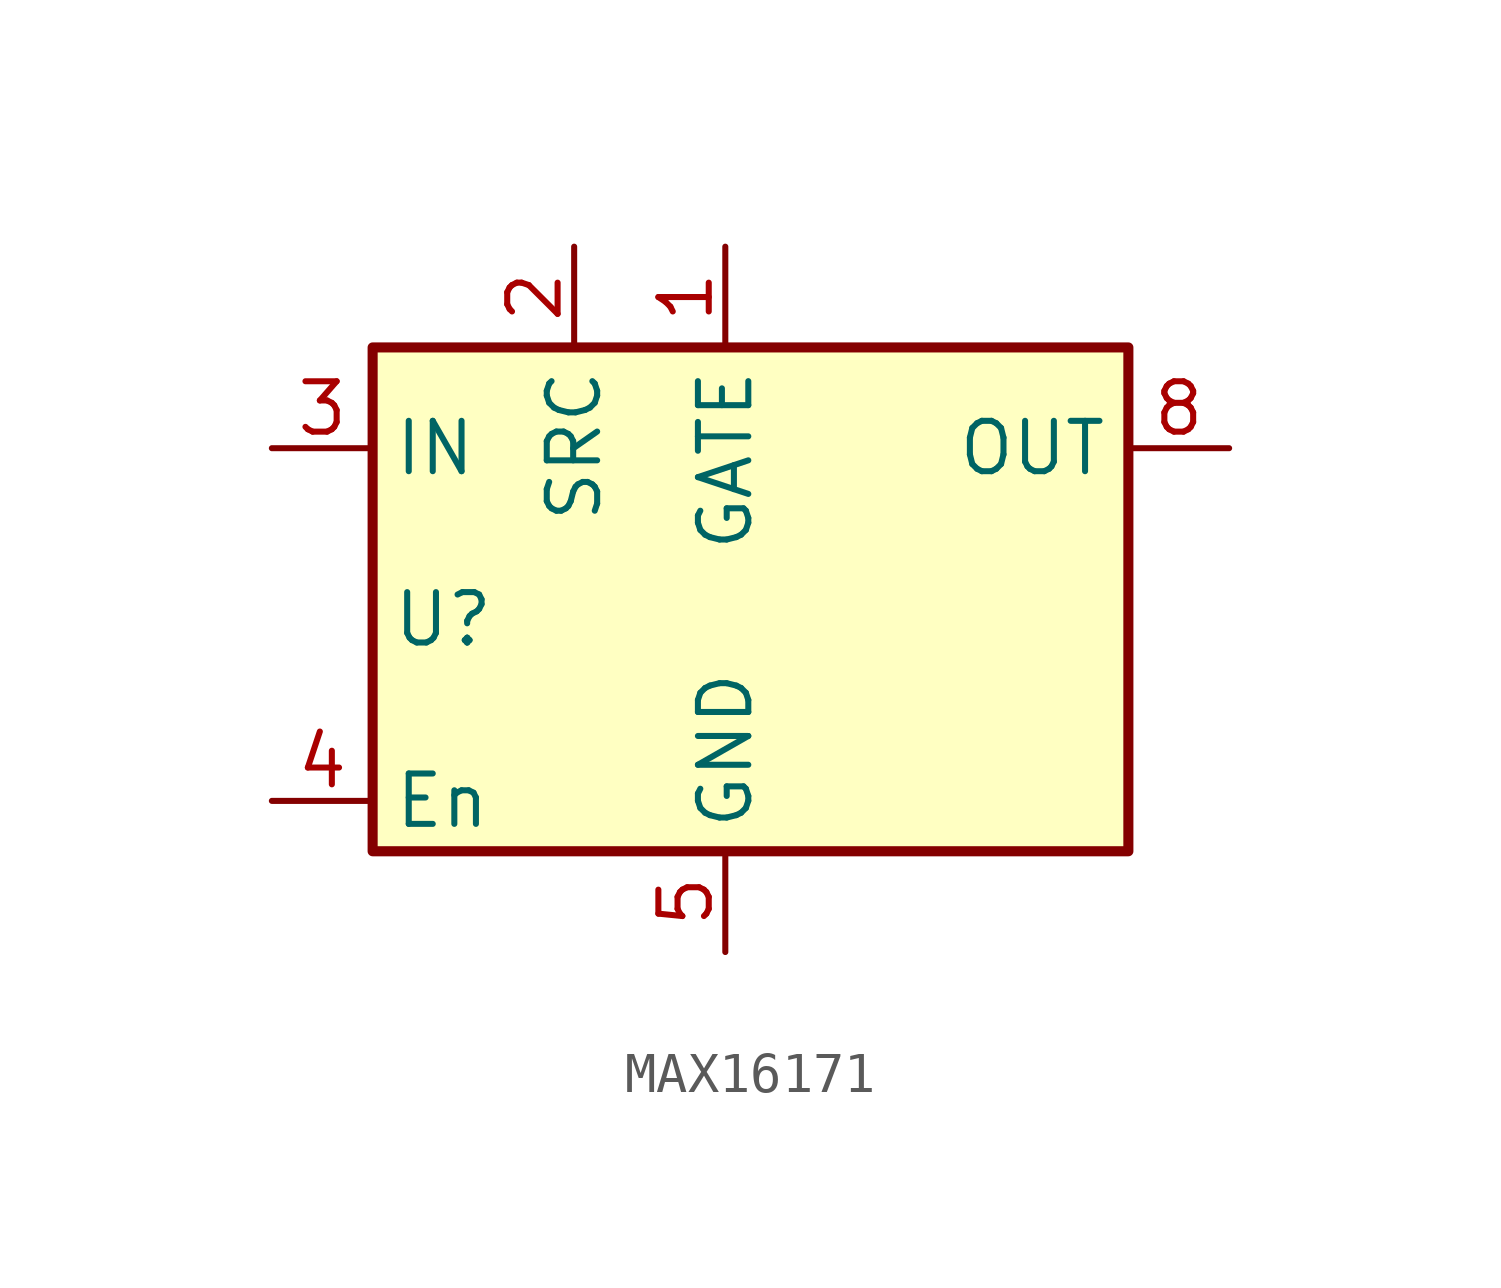
<source format=kicad_sym>
(kicad_symbol_lib
  (version 20231120)
  (generator "kicad_symbol_editor")
  (generator_version "8.0")
  (symbol "MAX16171"
    (property "Reference" "U"
      (at -7.112 -1.778 0)
      (effects (font (size 1.27 1.27))))
    (property "Value" ""
      (at -2.54 0 0)
      (effects (font (size 1.27 1.27))))
    (symbol "MAX16171_0_1"
      (rectangle (start -8.89 5.08) (end 10.16 -7.62) (stroke (width 0.254) (type default)) (fill (type background))))
    (symbol "MAX16171_1_1"
      (pin output line (at 0 7.62 270) (length 2.54) (name "GATE" (effects (font (size 1.27 1.27)))) (number "1" (effects (font (size 1.27 1.27)))))
      (pin input line (at -3.81 7.62 270) (length 2.54) (name "SRC" (effects (font (size 1.27 1.27)))) (number "2" (effects (font (size 1.27 1.27)))))
      (pin power_in line (at -11.43 2.54 0) (length 2.54) (name "IN" (effects (font (size 1.27 1.27)))) (number "3" (effects (font (size 1.27 1.27)))))
      (pin input line (at -11.43 -6.35 0) (length 2.54) (name "En" (effects (font (size 1.27 1.27)))) (number "4" (effects (font (size 1.27 1.27)))))
      (pin power_in line (at 0 -10.16 90) (length 2.54) (name "GND" (effects (font (size 1.27 1.27)))) (number "5" (effects (font (size 1.27 1.27)))))
      (pin power_out line (at 12.7 -3.81 180) (length 2.54) hide (name "NC" (effects (font (size 1.27 1.27)))) (number "7" (effects (font (size 1.27 1.27)))))
      (pin power_out line (at 12.7 2.54 180) (length 2.54) (name "OUT" (effects (font (size 1.27 1.27)))) (number "8" (effects (font (size 1.27 1.27))))))))
</source>
